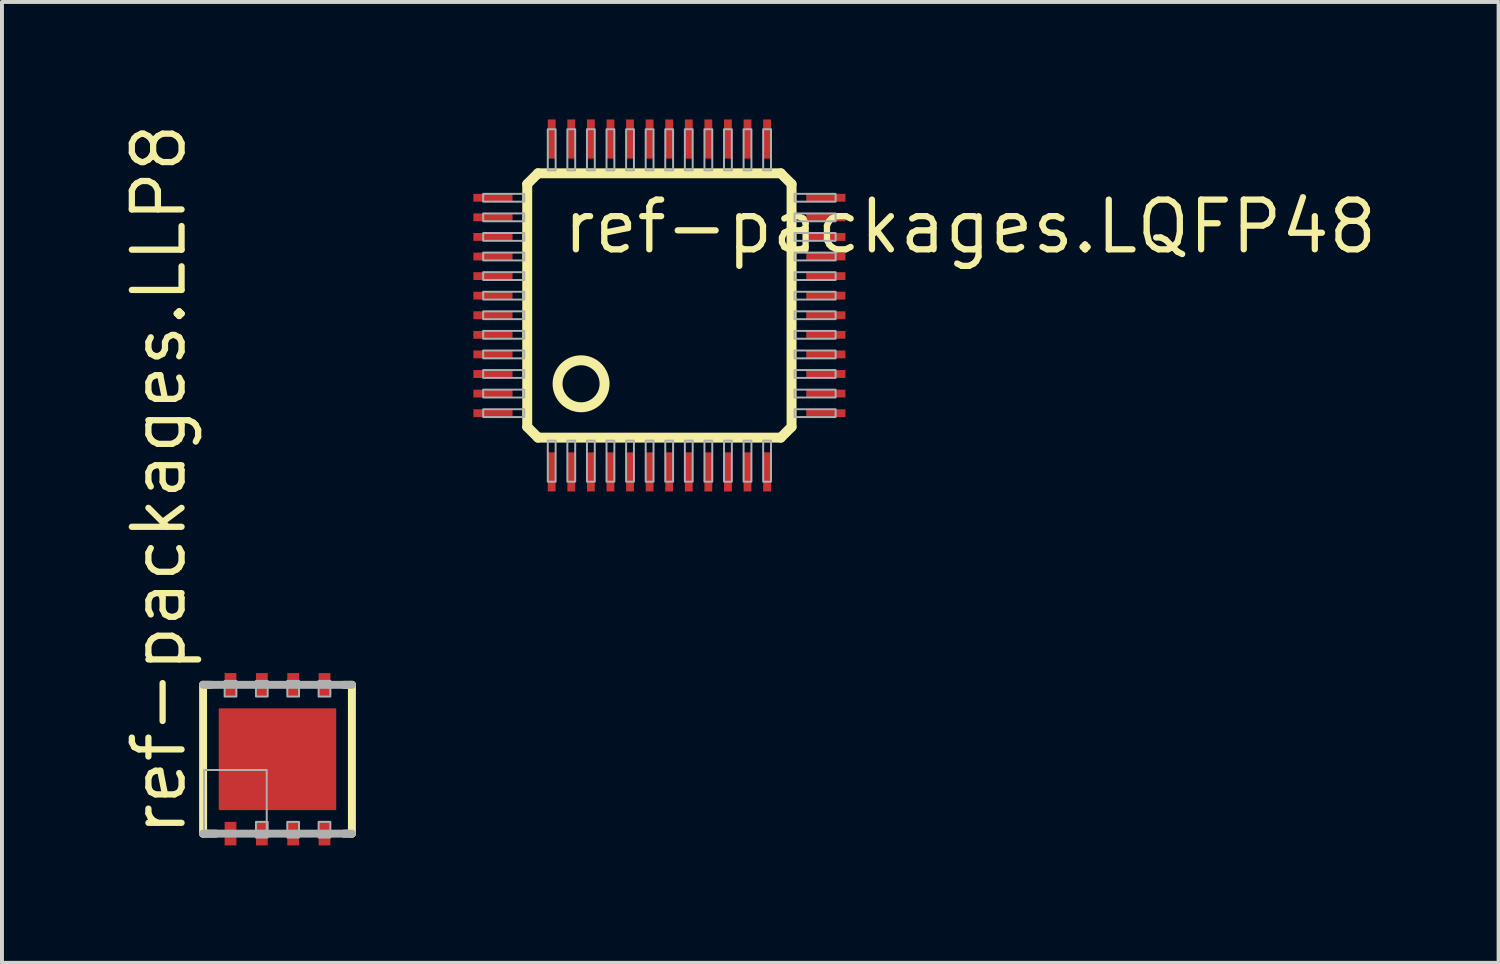
<source format=kicad_pcb>
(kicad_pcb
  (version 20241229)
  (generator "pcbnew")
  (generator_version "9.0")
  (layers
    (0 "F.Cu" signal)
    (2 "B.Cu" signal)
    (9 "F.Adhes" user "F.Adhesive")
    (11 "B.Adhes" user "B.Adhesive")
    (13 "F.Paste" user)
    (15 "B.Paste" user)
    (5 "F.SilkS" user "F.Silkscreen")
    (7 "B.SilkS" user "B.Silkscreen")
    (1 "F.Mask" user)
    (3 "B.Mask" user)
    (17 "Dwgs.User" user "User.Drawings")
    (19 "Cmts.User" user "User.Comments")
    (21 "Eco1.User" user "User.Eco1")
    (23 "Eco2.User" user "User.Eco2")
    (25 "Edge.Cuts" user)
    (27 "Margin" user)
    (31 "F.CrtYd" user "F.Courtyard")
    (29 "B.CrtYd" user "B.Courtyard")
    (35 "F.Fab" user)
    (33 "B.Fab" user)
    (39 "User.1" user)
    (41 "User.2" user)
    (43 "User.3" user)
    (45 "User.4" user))
  (footprint "ref-packages.LLP8"
    (layer "F.Cu")
    (at 4.036 16.337)
    (property "Reference" "ref-packages.LLP8" (at -2.286 2.032 90) (layer "F.SilkS") (effects (font (size 1.27 1.27) (thickness 0.16)) (justify left bottom)))
    (attr smd)
    (fp_line (start -1.9 -1.9) (end -1.9 1.9) (stroke (width 0.203) (type default)) (layer "F.SilkS"))
    (fp_line (start -1.9 1.9) (end -1.575 1.9) (stroke (width 0.203) (type default)) (layer "F.SilkS"))
    (fp_line (start -1.7 -1.9) (end -1.9 -1.9) (stroke (width 0.203) (type default)) (layer "F.SilkS"))
    (fp_line (start 1.7 1.9) (end 1.9 1.9) (stroke (width 0.203) (type default)) (layer "F.SilkS"))
    (fp_line (start 1.9 -1.9) (end 1.7 -1.9) (stroke (width 0.203) (type default)) (layer "F.SilkS"))
    (fp_line (start 1.9 1.9) (end 1.9 -1.9) (stroke (width 0.203) (type default)) (layer "F.SilkS"))
    (fp_line (start -1.9 1.9) (end 1.9 1.9) (stroke (width 0.203) (type default)) (layer "F.Fab"))
    (fp_line (start 1.9 -1.9) (end -1.9 -1.9) (stroke (width 0.203) (type default)) (layer "F.Fab"))
    (fp_rect (start -1.875 1.9) (end -0.275 0.275) (stroke (width 0.05) (type default)) (fill no) (layer "F.Fab"))
    (fp_rect (start -1.35 -1.6) (end -1.05 -2) (stroke (width 0.05) (type default)) (fill no) (layer "F.Fab"))
    (fp_rect (start -0.55 -1.6) (end -0.25 -2) (stroke (width 0.05) (type default)) (fill no) (layer "F.Fab"))
    (fp_rect (start -0.55 2) (end -0.25 1.6) (stroke (width 0.05) (type default)) (fill no) (layer "F.Fab"))
    (fp_rect (start 0.25 -1.6) (end 0.55 -2) (stroke (width 0.05) (type default)) (fill no) (layer "F.Fab"))
    (fp_rect (start 0.25 2) (end 0.55 1.6) (stroke (width 0.05) (type default)) (fill no) (layer "F.Fab"))
    (fp_rect (start 1.05 -1.6) (end 1.35 -2) (stroke (width 0.05) (type default)) (fill no) (layer "F.Fab"))
    (fp_rect (start 1.05 2) (end 1.35 1.6) (stroke (width 0.05) (type default)) (fill no) (layer "F.Fab"))
    (pad "1" smd roundrect (at -1.2 1.9) (size 0.3 0.6) (layers "F.Cu" "F.Mask" "F.Paste") (roundrect_rratio 0.01))
    (pad "2" smd roundrect (at -0.4 1.9) (size 0.3 0.6) (layers "F.Cu" "F.Mask" "F.Paste") (roundrect_rratio 0.01))
    (pad "3" smd roundrect (at 0.4 1.9) (size 0.3 0.6) (layers "F.Cu" "F.Mask" "F.Paste") (roundrect_rratio 0.01))
    (pad "4" smd roundrect (at 1.2 1.9) (size 0.3 0.6) (layers "F.Cu" "F.Mask" "F.Paste") (roundrect_rratio 0.01))
    (pad "5" smd roundrect (at 1.2 -1.9 180) (size 0.3 0.6) (layers "F.Cu" "F.Mask" "F.Paste") (roundrect_rratio 0.01))
    (pad "6" smd roundrect (at 0.4 -1.9 180) (size 0.3 0.6) (layers "F.Cu" "F.Mask" "F.Paste") (roundrect_rratio 0.01))
    (pad "7" smd roundrect (at -0.4 -1.9 180) (size 0.3 0.6) (layers "F.Cu" "F.Mask" "F.Paste") (roundrect_rratio 0.01))
    (pad "8" smd roundrect (at -1.2 -1.9 180) (size 0.3 0.6) (layers "F.Cu" "F.Mask" "F.Paste") (roundrect_rratio 0.01))
    (pad "EXP" smd roundrect (at 0 0) (size 3 2.6) (layers "F.Cu" "F.Mask" "F.Paste") (roundrect_rratio 0.01)))
  (footprint "ref-packages.LQFP48"
    (layer "F.Cu")
    (at 13.788 4.75)
    (property "Reference" "ref-packages.LQFP48" (at -2.54 -1.27 0) (layer "F.SilkS") (effects (font (size 1.27 1.27) (thickness 0.16)) (justify left bottom)))
    (attr smd)
    (fp_line (start -3.375 -3.1) (end -3.1 -3.375) (stroke (width 0.254) (type default)) (layer "F.SilkS"))
    (fp_line (start -3.375 3.1) (end -3.375 -3.1) (stroke (width 0.254) (type default)) (layer "F.SilkS"))
    (fp_line (start -3.1 -3.375) (end 3.1 -3.375) (stroke (width 0.254) (type default)) (layer "F.SilkS"))
    (fp_line (start -3.1 3.375) (end -3.375 3.1) (stroke (width 0.254) (type default)) (layer "F.SilkS"))
    (fp_line (start 3.1 -3.375) (end 3.375 -3.1) (stroke (width 0.254) (type default)) (layer "F.SilkS"))
    (fp_line (start 3.1 3.375) (end -3.1 3.375) (stroke (width 0.254) (type default)) (layer "F.SilkS"))
    (fp_line (start 3.375 -3.1) (end 3.375 3.1) (stroke (width 0.254) (type default)) (layer "F.SilkS"))
    (fp_line (start 3.375 3.1) (end 3.1 3.375) (stroke (width 0.254) (type default)) (layer "F.SilkS"))
    (fp_circle (center -2 2) (end -1.4 2) (stroke (width 0.254) (type default)) (fill no) (layer "F.SilkS"))
    (fp_rect (start -4.5 -2.65) (end -3.45 -2.85) (stroke (width 0.05) (type default)) (fill no) (layer "F.Fab"))
    (fp_rect (start -4.5 -2.15) (end -3.45 -2.35) (stroke (width 0.05) (type default)) (fill no) (layer "F.Fab"))
    (fp_rect (start -4.5 -1.65) (end -3.45 -1.85) (stroke (width 0.05) (type default)) (fill no) (layer "F.Fab"))
    (fp_rect (start -4.5 -1.15) (end -3.45 -1.35) (stroke (width 0.05) (type default)) (fill no) (layer "F.Fab"))
    (fp_rect (start -4.5 -0.65) (end -3.45 -0.85) (stroke (width 0.05) (type default)) (fill no) (layer "F.Fab"))
    (fp_rect (start -4.5 -0.15) (end -3.45 -0.35) (stroke (width 0.05) (type default)) (fill no) (layer "F.Fab"))
    (fp_rect (start -4.5 0.35) (end -3.45 0.15) (stroke (width 0.05) (type default)) (fill no) (layer "F.Fab"))
    (fp_rect (start -4.5 0.85) (end -3.45 0.65) (stroke (width 0.05) (type default)) (fill no) (layer "F.Fab"))
    (fp_rect (start -4.5 1.35) (end -3.45 1.15) (stroke (width 0.05) (type default)) (fill no) (layer "F.Fab"))
    (fp_rect (start -4.5 1.85) (end -3.45 1.65) (stroke (width 0.05) (type default)) (fill no) (layer "F.Fab"))
    (fp_rect (start -4.5 2.35) (end -3.45 2.15) (stroke (width 0.05) (type default)) (fill no) (layer "F.Fab"))
    (fp_rect (start -4.5 2.85) (end -3.45 2.65) (stroke (width 0.05) (type default)) (fill no) (layer "F.Fab"))
    (fp_rect (start -2.85 -3.45) (end -2.65 -4.5) (stroke (width 0.05) (type default)) (fill no) (layer "F.Fab"))
    (fp_rect (start -2.85 4.5) (end -2.65 3.45) (stroke (width 0.05) (type default)) (fill no) (layer "F.Fab"))
    (fp_rect (start -2.35 -3.45) (end -2.15 -4.5) (stroke (width 0.05) (type default)) (fill no) (layer "F.Fab"))
    (fp_rect (start -2.35 4.5) (end -2.15 3.45) (stroke (width 0.05) (type default)) (fill no) (layer "F.Fab"))
    (fp_rect (start -1.85 -3.45) (end -1.65 -4.5) (stroke (width 0.05) (type default)) (fill no) (layer "F.Fab"))
    (fp_rect (start -1.85 4.5) (end -1.65 3.45) (stroke (width 0.05) (type default)) (fill no) (layer "F.Fab"))
    (fp_rect (start -1.35 -3.45) (end -1.15 -4.5) (stroke (width 0.05) (type default)) (fill no) (layer "F.Fab"))
    (fp_rect (start -1.35 4.5) (end -1.15 3.45) (stroke (width 0.05) (type default)) (fill no) (layer "F.Fab"))
    (fp_rect (start -0.85 -3.45) (end -0.65 -4.5) (stroke (width 0.05) (type default)) (fill no) (layer "F.Fab"))
    (fp_rect (start -0.85 4.5) (end -0.65 3.45) (stroke (width 0.05) (type default)) (fill no) (layer "F.Fab"))
    (fp_rect (start -0.35 -3.45) (end -0.15 -4.5) (stroke (width 0.05) (type default)) (fill no) (layer "F.Fab"))
    (fp_rect (start -0.35 4.5) (end -0.15 3.45) (stroke (width 0.05) (type default)) (fill no) (layer "F.Fab"))
    (fp_rect (start 0.15 -3.45) (end 0.35 -4.5) (stroke (width 0.05) (type default)) (fill no) (layer "F.Fab"))
    (fp_rect (start 0.15 4.5) (end 0.35 3.45) (stroke (width 0.05) (type default)) (fill no) (layer "F.Fab"))
    (fp_rect (start 0.65 -3.45) (end 0.85 -4.5) (stroke (width 0.05) (type default)) (fill no) (layer "F.Fab"))
    (fp_rect (start 0.65 4.5) (end 0.85 3.45) (stroke (width 0.05) (type default)) (fill no) (layer "F.Fab"))
    (fp_rect (start 1.15 -3.45) (end 1.35 -4.5) (stroke (width 0.05) (type default)) (fill no) (layer "F.Fab"))
    (fp_rect (start 1.15 4.5) (end 1.35 3.45) (stroke (width 0.05) (type default)) (fill no) (layer "F.Fab"))
    (fp_rect (start 1.65 -3.45) (end 1.85 -4.5) (stroke (width 0.05) (type default)) (fill no) (layer "F.Fab"))
    (fp_rect (start 1.65 4.5) (end 1.85 3.45) (stroke (width 0.05) (type default)) (fill no) (layer "F.Fab"))
    (fp_rect (start 2.15 -3.45) (end 2.35 -4.5) (stroke (width 0.05) (type default)) (fill no) (layer "F.Fab"))
    (fp_rect (start 2.15 4.5) (end 2.35 3.45) (stroke (width 0.05) (type default)) (fill no) (layer "F.Fab"))
    (fp_rect (start 2.65 -3.45) (end 2.85 -4.5) (stroke (width 0.05) (type default)) (fill no) (layer "F.Fab"))
    (fp_rect (start 2.65 4.5) (end 2.85 3.45) (stroke (width 0.05) (type default)) (fill no) (layer "F.Fab"))
    (fp_rect (start 3.45 -2.65) (end 4.5 -2.85) (stroke (width 0.05) (type default)) (fill no) (layer "F.Fab"))
    (fp_rect (start 3.45 -2.15) (end 4.5 -2.35) (stroke (width 0.05) (type default)) (fill no) (layer "F.Fab"))
    (fp_rect (start 3.45 -1.65) (end 4.5 -1.85) (stroke (width 0.05) (type default)) (fill no) (layer "F.Fab"))
    (fp_rect (start 3.45 -1.15) (end 4.5 -1.35) (stroke (width 0.05) (type default)) (fill no) (layer "F.Fab"))
    (fp_rect (start 3.45 -0.65) (end 4.5 -0.85) (stroke (width 0.05) (type default)) (fill no) (layer "F.Fab"))
    (fp_rect (start 3.45 -0.15) (end 4.5 -0.35) (stroke (width 0.05) (type default)) (fill no) (layer "F.Fab"))
    (fp_rect (start 3.45 0.35) (end 4.5 0.15) (stroke (width 0.05) (type default)) (fill no) (layer "F.Fab"))
    (fp_rect (start 3.45 0.85) (end 4.5 0.65) (stroke (width 0.05) (type default)) (fill no) (layer "F.Fab"))
    (fp_rect (start 3.45 1.35) (end 4.5 1.15) (stroke (width 0.05) (type default)) (fill no) (layer "F.Fab"))
    (fp_rect (start 3.45 1.85) (end 4.5 1.65) (stroke (width 0.05) (type default)) (fill no) (layer "F.Fab"))
    (fp_rect (start 3.45 2.35) (end 4.5 2.15) (stroke (width 0.05) (type default)) (fill no) (layer "F.Fab"))
    (fp_rect (start 3.45 2.85) (end 4.5 2.65) (stroke (width 0.05) (type default)) (fill no) (layer "F.Fab"))
    (pad "1" smd roundrect (at -2.75 4.25) (size 0.2 1) (layers "F.Cu" "F.Mask" "F.Paste") (roundrect_rratio 0.01))
    (pad "2" smd roundrect (at -2.25 4.25) (size 0.2 1) (layers "F.Cu" "F.Mask" "F.Paste") (roundrect_rratio 0.01))
    (pad "3" smd roundrect (at -1.75 4.25) (size 0.2 1) (layers "F.Cu" "F.Mask" "F.Paste") (roundrect_rratio 0.01))
    (pad "4" smd roundrect (at -1.25 4.25) (size 0.2 1) (layers "F.Cu" "F.Mask" "F.Paste") (roundrect_rratio 0.01))
    (pad "5" smd roundrect (at -0.75 4.25) (size 0.2 1) (layers "F.Cu" "F.Mask" "F.Paste") (roundrect_rratio 0.01))
    (pad "6" smd roundrect (at -0.25 4.25) (size 0.2 1) (layers "F.Cu" "F.Mask" "F.Paste") (roundrect_rratio 0.01))
    (pad "7" smd roundrect (at 0.25 4.25) (size 0.2 1) (layers "F.Cu" "F.Mask" "F.Paste") (roundrect_rratio 0.01))
    (pad "8" smd roundrect (at 0.75 4.25) (size 0.2 1) (layers "F.Cu" "F.Mask" "F.Paste") (roundrect_rratio 0.01))
    (pad "9" smd roundrect (at 1.25 4.25) (size 0.2 1) (layers "F.Cu" "F.Mask" "F.Paste") (roundrect_rratio 0.01))
    (pad "10" smd roundrect (at 1.75 4.25) (size 0.2 1) (layers "F.Cu" "F.Mask" "F.Paste") (roundrect_rratio 0.01))
    (pad "11" smd roundrect (at 2.25 4.25) (size 0.2 1) (layers "F.Cu" "F.Mask" "F.Paste") (roundrect_rratio 0.01))
    (pad "12" smd roundrect (at 2.75 4.25) (size 0.2 1) (layers "F.Cu" "F.Mask" "F.Paste") (roundrect_rratio 0.01))
    (pad "13" smd roundrect (at 4.25 2.75) (size 1 0.2) (layers "F.Cu" "F.Mask" "F.Paste") (roundrect_rratio 0.01))
    (pad "14" smd roundrect (at 4.25 2.25) (size 1 0.2) (layers "F.Cu" "F.Mask" "F.Paste") (roundrect_rratio 0.01))
    (pad "15" smd roundrect (at 4.25 1.75) (size 1 0.2) (layers "F.Cu" "F.Mask" "F.Paste") (roundrect_rratio 0.01))
    (pad "16" smd roundrect (at 4.25 1.25) (size 1 0.2) (layers "F.Cu" "F.Mask" "F.Paste") (roundrect_rratio 0.01))
    (pad "17" smd roundrect (at 4.25 0.75) (size 1 0.2) (layers "F.Cu" "F.Mask" "F.Paste") (roundrect_rratio 0.01))
    (pad "18" smd roundrect (at 4.25 0.25) (size 1 0.2) (layers "F.Cu" "F.Mask" "F.Paste") (roundrect_rratio 0.01))
    (pad "19" smd roundrect (at 4.25 -0.25) (size 1 0.2) (layers "F.Cu" "F.Mask" "F.Paste") (roundrect_rratio 0.01))
    (pad "20" smd roundrect (at 4.25 -0.75) (size 1 0.2) (layers "F.Cu" "F.Mask" "F.Paste") (roundrect_rratio 0.01))
    (pad "21" smd roundrect (at 4.25 -1.25) (size 1 0.2) (layers "F.Cu" "F.Mask" "F.Paste") (roundrect_rratio 0.01))
    (pad "22" smd roundrect (at 4.25 -1.75) (size 1 0.2) (layers "F.Cu" "F.Mask" "F.Paste") (roundrect_rratio 0.01))
    (pad "23" smd roundrect (at 4.25 -2.25) (size 1 0.2) (layers "F.Cu" "F.Mask" "F.Paste") (roundrect_rratio 0.01))
    (pad "24" smd roundrect (at 4.25 -2.75) (size 1 0.2) (layers "F.Cu" "F.Mask" "F.Paste") (roundrect_rratio 0.01))
    (pad "25" smd roundrect (at 2.75 -4.25) (size 0.2 1) (layers "F.Cu" "F.Mask" "F.Paste") (roundrect_rratio 0.01))
    (pad "26" smd roundrect (at 2.25 -4.25) (size 0.2 1) (layers "F.Cu" "F.Mask" "F.Paste") (roundrect_rratio 0.01))
    (pad "27" smd roundrect (at 1.75 -4.25) (size 0.2 1) (layers "F.Cu" "F.Mask" "F.Paste") (roundrect_rratio 0.01))
    (pad "28" smd roundrect (at 1.25 -4.25) (size 0.2 1) (layers "F.Cu" "F.Mask" "F.Paste") (roundrect_rratio 0.01))
    (pad "29" smd roundrect (at 0.75 -4.25) (size 0.2 1) (layers "F.Cu" "F.Mask" "F.Paste") (roundrect_rratio 0.01))
    (pad "30" smd roundrect (at 0.25 -4.25) (size 0.2 1) (layers "F.Cu" "F.Mask" "F.Paste") (roundrect_rratio 0.01))
    (pad "31" smd roundrect (at -0.25 -4.25) (size 0.2 1) (layers "F.Cu" "F.Mask" "F.Paste") (roundrect_rratio 0.01))
    (pad "32" smd roundrect (at -0.75 -4.25) (size 0.2 1) (layers "F.Cu" "F.Mask" "F.Paste") (roundrect_rratio 0.01))
    (pad "33" smd roundrect (at -1.25 -4.25) (size 0.2 1) (layers "F.Cu" "F.Mask" "F.Paste") (roundrect_rratio 0.01))
    (pad "34" smd roundrect (at -1.75 -4.25) (size 0.2 1) (layers "F.Cu" "F.Mask" "F.Paste") (roundrect_rratio 0.01))
    (pad "35" smd roundrect (at -2.25 -4.25) (size 0.2 1) (layers "F.Cu" "F.Mask" "F.Paste") (roundrect_rratio 0.01))
    (pad "36" smd roundrect (at -2.75 -4.25) (size 0.2 1) (layers "F.Cu" "F.Mask" "F.Paste") (roundrect_rratio 0.01))
    (pad "37" smd roundrect (at -4.25 -2.75) (size 1 0.2) (layers "F.Cu" "F.Mask" "F.Paste") (roundrect_rratio 0.01))
    (pad "38" smd roundrect (at -4.25 -2.25) (size 1 0.2) (layers "F.Cu" "F.Mask" "F.Paste") (roundrect_rratio 0.01))
    (pad "39" smd roundrect (at -4.25 -1.75) (size 1 0.2) (layers "F.Cu" "F.Mask" "F.Paste") (roundrect_rratio 0.01))
    (pad "40" smd roundrect (at -4.25 -1.25) (size 1 0.2) (layers "F.Cu" "F.Mask" "F.Paste") (roundrect_rratio 0.01))
    (pad "41" smd roundrect (at -4.25 -0.75) (size 1 0.2) (layers "F.Cu" "F.Mask" "F.Paste") (roundrect_rratio 0.01))
    (pad "42" smd roundrect (at -4.25 -0.25) (size 1 0.2) (layers "F.Cu" "F.Mask" "F.Paste") (roundrect_rratio 0.01))
    (pad "43" smd roundrect (at -4.25 0.25) (size 1 0.2) (layers "F.Cu" "F.Mask" "F.Paste") (roundrect_rratio 0.01))
    (pad "44" smd roundrect (at -4.25 0.75) (size 1 0.2) (layers "F.Cu" "F.Mask" "F.Paste") (roundrect_rratio 0.01))
    (pad "45" smd roundrect (at -4.25 1.25) (size 1 0.2) (layers "F.Cu" "F.Mask" "F.Paste") (roundrect_rratio 0.01))
    (pad "46" smd roundrect (at -4.25 1.75) (size 1 0.2) (layers "F.Cu" "F.Mask" "F.Paste") (roundrect_rratio 0.01))
    (pad "47" smd roundrect (at -4.25 2.25) (size 1 0.2) (layers "F.Cu" "F.Mask" "F.Paste") (roundrect_rratio 0.01))
    (pad "48" smd roundrect (at -4.25 2.75) (size 1 0.2) (layers "F.Cu" "F.Mask" "F.Paste") (roundrect_rratio 0.01)))
  (gr_rect
    (start -3 -3)
    (end 35.217 21.537)
    (stroke (width 0.1) (type default))
    (fill no)
    (layer "Edge.Cuts")))
</source>
